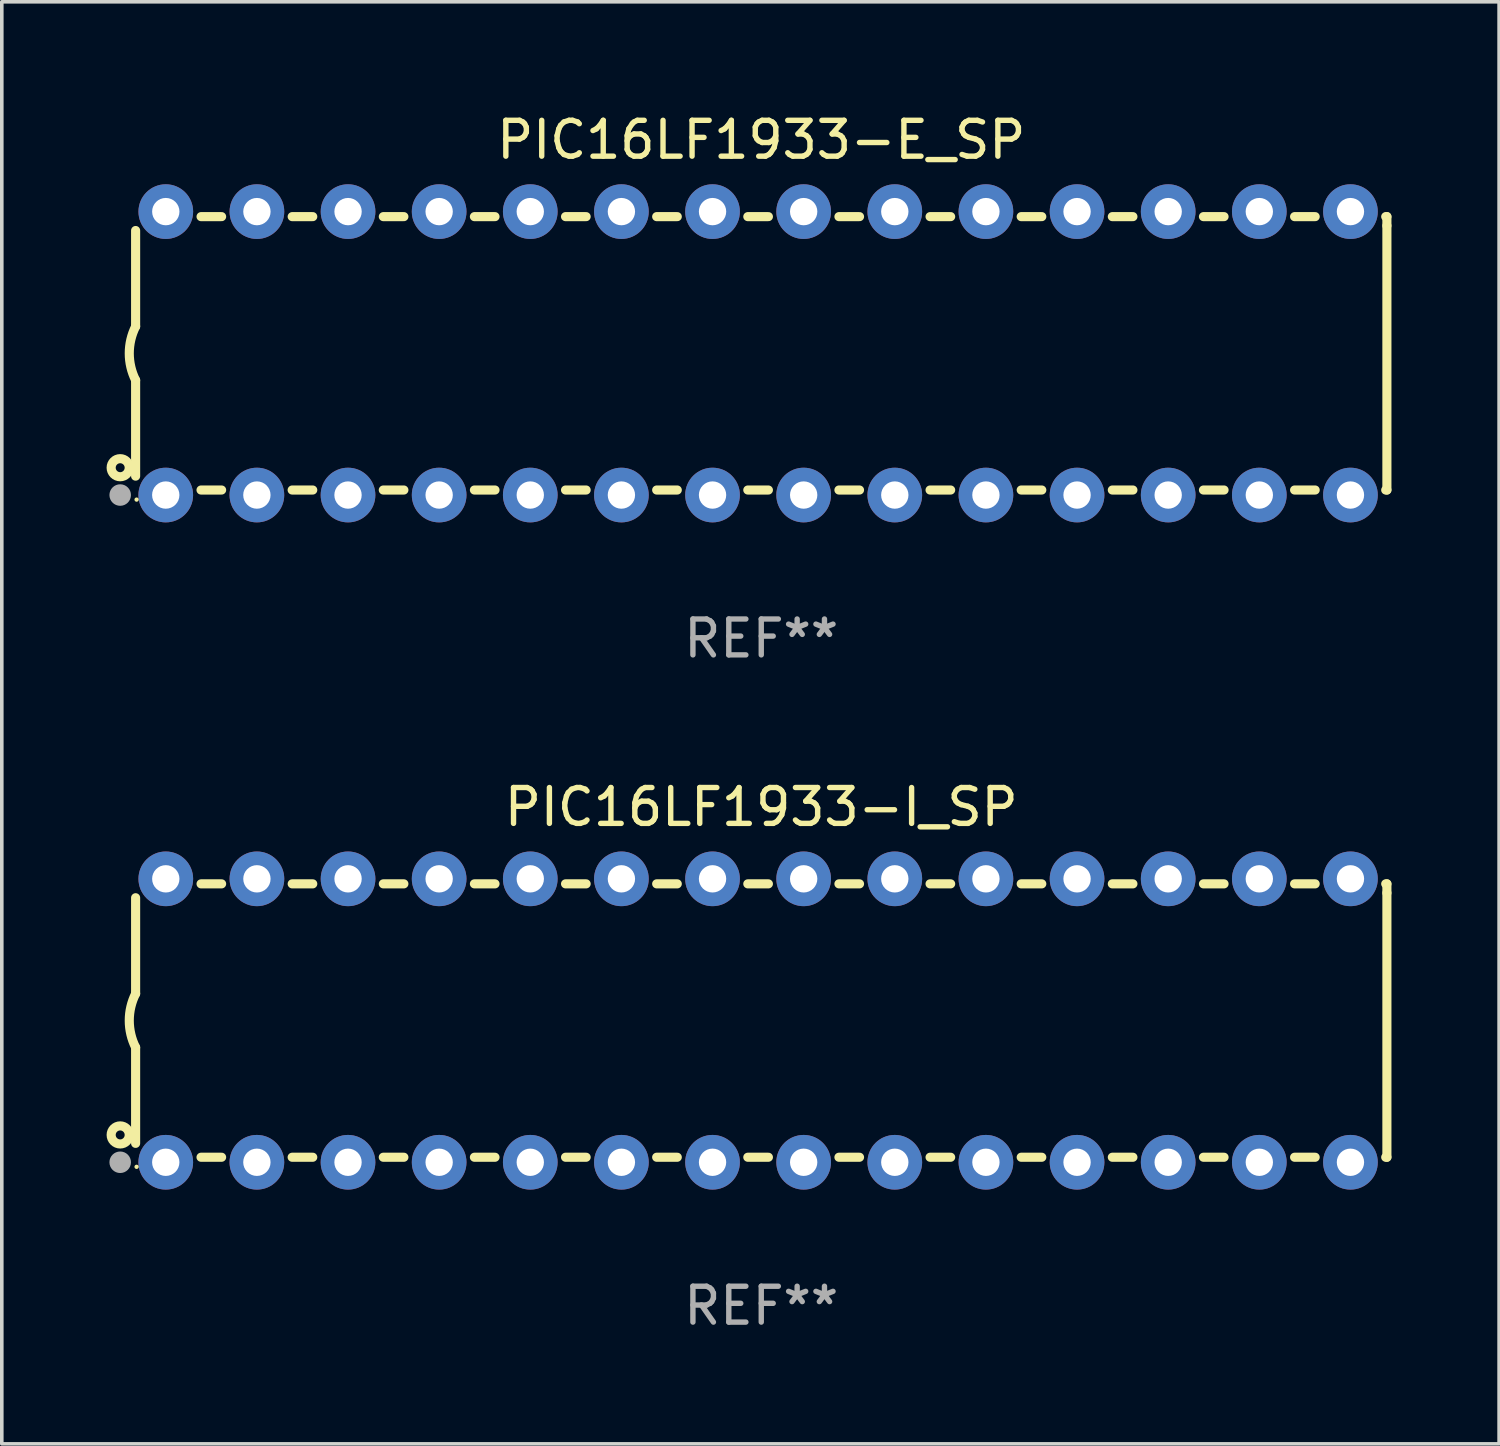
<source format=kicad_pcb>
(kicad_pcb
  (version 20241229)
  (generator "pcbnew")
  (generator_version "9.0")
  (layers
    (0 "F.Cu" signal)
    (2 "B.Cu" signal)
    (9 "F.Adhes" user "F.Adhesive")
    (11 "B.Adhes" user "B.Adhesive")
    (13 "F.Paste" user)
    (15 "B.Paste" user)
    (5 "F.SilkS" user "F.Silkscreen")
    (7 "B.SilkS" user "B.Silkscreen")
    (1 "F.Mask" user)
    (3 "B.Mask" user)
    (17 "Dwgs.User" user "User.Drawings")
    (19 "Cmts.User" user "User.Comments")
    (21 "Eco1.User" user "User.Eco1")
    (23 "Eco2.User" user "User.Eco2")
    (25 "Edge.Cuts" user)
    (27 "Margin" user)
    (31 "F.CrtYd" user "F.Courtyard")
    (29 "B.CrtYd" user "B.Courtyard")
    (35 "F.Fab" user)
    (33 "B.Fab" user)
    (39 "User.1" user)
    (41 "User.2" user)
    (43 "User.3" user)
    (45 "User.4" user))
  (footprint "PIC16LF1933-E_SP"
    (layer "F.Cu")
    (at 18.168 6.798)
    (property "Reference" "PIC16LF1933-E_SP" (at 0 -5.95 0) (layer "F.SilkS") (effects (font (size 1 1) (thickness 0.15))))
    (attr through_hole)
    (fp_line (start -17.438 0.75) (end -17.438 3.423) (stroke (width 0.254) (type solid)) (layer "F.SilkS"))
    (fp_line (start -17.438 -3.423) (end -17.438 -0.75) (stroke (width 0.254) (type solid)) (layer "F.SilkS"))
    (fp_line (start -15.615 3.81) (end -15.041 3.81) (stroke (width 0.254) (type solid)) (layer "F.SilkS"))
    (fp_line (start -15.041 -3.81) (end -15.614 -3.81) (stroke (width 0.254) (type solid)) (layer "F.SilkS"))
    (fp_line (start -13.075 3.81) (end -12.501 3.81) (stroke (width 0.254) (type solid)) (layer "F.SilkS"))
    (fp_line (start -12.501 -3.81) (end -13.074 -3.81) (stroke (width 0.254) (type solid)) (layer "F.SilkS"))
    (fp_line (start -10.535 3.81) (end -9.961 3.81) (stroke (width 0.254) (type solid)) (layer "F.SilkS"))
    (fp_line (start -9.961 -3.81) (end -10.534 -3.81) (stroke (width 0.254) (type solid)) (layer "F.SilkS"))
    (fp_line (start -7.995 3.81) (end -7.421 3.81) (stroke (width 0.254) (type solid)) (layer "F.SilkS"))
    (fp_line (start -7.421 -3.81) (end -7.995 -3.81) (stroke (width 0.254) (type solid)) (layer "F.SilkS"))
    (fp_line (start -5.455 3.81) (end -4.881 3.81) (stroke (width 0.254) (type solid)) (layer "F.SilkS"))
    (fp_line (start -4.881 -3.81) (end -5.455 -3.81) (stroke (width 0.254) (type solid)) (layer "F.SilkS"))
    (fp_line (start -2.915 3.81) (end -2.341 3.81) (stroke (width 0.254) (type solid)) (layer "F.SilkS"))
    (fp_line (start -2.341 -3.81) (end -2.915 -3.81) (stroke (width 0.254) (type solid)) (layer "F.SilkS"))
    (fp_line (start -0.375 3.81) (end 0.199 3.81) (stroke (width 0.254) (type solid)) (layer "F.SilkS"))
    (fp_line (start 0.199 -3.81) (end -0.375 -3.81) (stroke (width 0.254) (type solid)) (layer "F.SilkS"))
    (fp_line (start 2.165 3.81) (end 2.739 3.81) (stroke (width 0.254) (type solid)) (layer "F.SilkS"))
    (fp_line (start 2.739 -3.81) (end 2.165 -3.81) (stroke (width 0.254) (type solid)) (layer "F.SilkS"))
    (fp_line (start 4.705 3.81) (end 5.279 3.81) (stroke (width 0.254) (type solid)) (layer "F.SilkS"))
    (fp_line (start 5.279 -3.81) (end 4.705 -3.81) (stroke (width 0.254) (type solid)) (layer "F.SilkS"))
    (fp_line (start 7.245 3.81) (end 7.819 3.81) (stroke (width 0.254) (type solid)) (layer "F.SilkS"))
    (fp_line (start 7.819 -3.81) (end 7.245 -3.81) (stroke (width 0.254) (type solid)) (layer "F.SilkS"))
    (fp_line (start 9.785 3.81) (end 10.359 3.81) (stroke (width 0.254) (type solid)) (layer "F.SilkS"))
    (fp_line (start 10.359 -3.81) (end 9.785 -3.81) (stroke (width 0.254) (type solid)) (layer "F.SilkS"))
    (fp_line (start 12.325 3.81) (end 12.899 3.81) (stroke (width 0.254) (type solid)) (layer "F.SilkS"))
    (fp_line (start 12.899 -3.81) (end 12.325 -3.81) (stroke (width 0.254) (type solid)) (layer "F.SilkS"))
    (fp_line (start 14.865 3.81) (end 15.439 3.81) (stroke (width 0.254) (type solid)) (layer "F.SilkS"))
    (fp_line (start 15.439 -3.81) (end 14.865 -3.81) (stroke (width 0.254) (type solid)) (layer "F.SilkS"))
    (fp_line (start 17.405 3.81) (end 17.438 3.81) (stroke (width 0.254) (type solid)) (layer "F.SilkS"))
    (fp_line (start 17.438 -3.81) (end 17.405 -3.81) (stroke (width 0.254) (type solid)) (layer "F.SilkS"))
    (fp_line (start 17.438 -3.556) (end 17.438 -3.81) (stroke (width 0.254) (type solid)) (layer "F.SilkS"))
    (fp_line (start 17.438 3.81) (end 17.438 -3.556) (stroke (width 0.254) (type solid)) (layer "F.SilkS"))
    (fp_arc (start -17.437986 0.749657) (mid -17.614887 -0.000024) (end -17.437783 -0.749657) (stroke (width 0.254001) (type solid)) (layer "F.SilkS"))
    (fp_circle (center -17.868 3.188) (end -17.743 3.188) (stroke (width 0.254) (type solid)) (fill no) (layer "F.SilkS"))
    (fp_circle (center -17.411 4.077) (end -17.381 4.077) (stroke (width 0.06) (type solid)) (fill no) (layer "F.SilkS"))
    (fp_circle (center -17.868 3.95) (end -17.718 3.95) (stroke (width 0.3) (type solid)) (fill no) (layer "F.Fab"))
    (fp_text user "REF**" (at 0 7.95 0) (layer "F.Fab") (effects (font (size 1 1) (thickness 0.15))))
    (pad "1" thru_hole circle (at -16.598 3.95) (size 1.524 1.524) (drill 0.762) (layers "*.Cu" "*.Mask"))
    (pad "2" thru_hole circle (at -14.058 3.95) (size 1.524 1.524) (drill 0.762) (layers "*.Cu" "*.Mask"))
    (pad "3" thru_hole circle (at -11.518 3.95) (size 1.524 1.524) (drill 0.762) (layers "*.Cu" "*.Mask"))
    (pad "4" thru_hole circle (at -8.978 3.95) (size 1.524 1.524) (drill 0.762) (layers "*.Cu" "*.Mask"))
    (pad "5" thru_hole circle (at -6.438 3.95) (size 1.524 1.524) (drill 0.762) (layers "*.Cu" "*.Mask"))
    (pad "6" thru_hole circle (at -3.898 3.95) (size 1.524 1.524) (drill 0.762) (layers "*.Cu" "*.Mask"))
    (pad "7" thru_hole circle (at -1.358 3.95) (size 1.524 1.524) (drill 0.762) (layers "*.Cu" "*.Mask"))
    (pad "8" thru_hole circle (at 1.182 3.95) (size 1.524 1.524) (drill 0.762) (layers "*.Cu" "*.Mask"))
    (pad "9" thru_hole circle (at 3.722 3.95) (size 1.524 1.524) (drill 0.762) (layers "*.Cu" "*.Mask"))
    (pad "10" thru_hole circle (at 6.262 3.95) (size 1.524 1.524) (drill 0.762) (layers "*.Cu" "*.Mask"))
    (pad "11" thru_hole circle (at 8.802 3.95) (size 1.524 1.524) (drill 0.762) (layers "*.Cu" "*.Mask"))
    (pad "12" thru_hole circle (at 11.342 3.95) (size 1.524 1.524) (drill 0.762) (layers "*.Cu" "*.Mask"))
    (pad "13" thru_hole circle (at 13.882 3.95) (size 1.524 1.524) (drill 0.762) (layers "*.Cu" "*.Mask"))
    (pad "14" thru_hole circle (at 16.422 3.95) (size 1.524 1.524) (drill 0.762) (layers "*.Cu" "*.Mask"))
    (pad "15" thru_hole circle (at 16.422 -3.95) (size 1.524 1.524) (drill 0.762) (layers "*.Cu" "*.Mask"))
    (pad "16" thru_hole circle (at 13.882 -3.95) (size 1.524 1.524) (drill 0.762) (layers "*.Cu" "*.Mask"))
    (pad "17" thru_hole circle (at 11.342 -3.95) (size 1.524 1.524) (drill 0.762) (layers "*.Cu" "*.Mask"))
    (pad "18" thru_hole circle (at 8.802 -3.95) (size 1.524 1.524) (drill 0.762) (layers "*.Cu" "*.Mask"))
    (pad "19" thru_hole circle (at 6.262 -3.95) (size 1.524 1.524) (drill 0.762) (layers "*.Cu" "*.Mask"))
    (pad "20" thru_hole circle (at 3.722 -3.95) (size 1.524 1.524) (drill 0.762) (layers "*.Cu" "*.Mask"))
    (pad "21" thru_hole circle (at 1.182 -3.95) (size 1.524 1.524) (drill 0.762) (layers "*.Cu" "*.Mask"))
    (pad "22" thru_hole circle (at -1.358 -3.95) (size 1.524 1.524) (drill 0.762) (layers "*.Cu" "*.Mask"))
    (pad "23" thru_hole circle (at -3.898 -3.95) (size 1.524 1.524) (drill 0.762) (layers "*.Cu" "*.Mask"))
    (pad "24" thru_hole circle (at -6.438 -3.95) (size 1.524 1.524) (drill 0.762) (layers "*.Cu" "*.Mask"))
    (pad "25" thru_hole circle (at -8.978 -3.95) (size 1.524 1.524) (drill 0.762) (layers "*.Cu" "*.Mask"))
    (pad "26" thru_hole circle (at -11.517 -3.95) (size 1.524 1.524) (drill 0.762) (layers "*.Cu" "*.Mask"))
    (pad "27" thru_hole circle (at -14.057 -3.95) (size 1.524 1.524) (drill 0.762) (layers "*.Cu" "*.Mask"))
    (pad "28" thru_hole circle (at -16.597 -3.95) (size 1.524 1.524) (drill 0.762) (layers "*.Cu" "*.Mask")))
  (footprint "PIC16LF1933-I_SP"
    (layer "F.Cu")
    (at 18.168 25.395)
    (property "Reference" "PIC16LF1933-I_SP" (at 0 -5.95 0) (layer "F.SilkS") (effects (font (size 1 1) (thickness 0.15))))
    (attr through_hole)
    (fp_line (start -17.438 0.75) (end -17.438 3.423) (stroke (width 0.254) (type solid)) (layer "F.SilkS"))
    (fp_line (start -17.438 -3.423) (end -17.438 -0.75) (stroke (width 0.254) (type solid)) (layer "F.SilkS"))
    (fp_line (start -15.615 3.81) (end -15.041 3.81) (stroke (width 0.254) (type solid)) (layer "F.SilkS"))
    (fp_line (start -15.041 -3.81) (end -15.614 -3.81) (stroke (width 0.254) (type solid)) (layer "F.SilkS"))
    (fp_line (start -13.075 3.81) (end -12.501 3.81) (stroke (width 0.254) (type solid)) (layer "F.SilkS"))
    (fp_line (start -12.501 -3.81) (end -13.074 -3.81) (stroke (width 0.254) (type solid)) (layer "F.SilkS"))
    (fp_line (start -10.535 3.81) (end -9.961 3.81) (stroke (width 0.254) (type solid)) (layer "F.SilkS"))
    (fp_line (start -9.961 -3.81) (end -10.534 -3.81) (stroke (width 0.254) (type solid)) (layer "F.SilkS"))
    (fp_line (start -7.995 3.81) (end -7.421 3.81) (stroke (width 0.254) (type solid)) (layer "F.SilkS"))
    (fp_line (start -7.421 -3.81) (end -7.995 -3.81) (stroke (width 0.254) (type solid)) (layer "F.SilkS"))
    (fp_line (start -5.455 3.81) (end -4.881 3.81) (stroke (width 0.254) (type solid)) (layer "F.SilkS"))
    (fp_line (start -4.881 -3.81) (end -5.455 -3.81) (stroke (width 0.254) (type solid)) (layer "F.SilkS"))
    (fp_line (start -2.915 3.81) (end -2.341 3.81) (stroke (width 0.254) (type solid)) (layer "F.SilkS"))
    (fp_line (start -2.341 -3.81) (end -2.915 -3.81) (stroke (width 0.254) (type solid)) (layer "F.SilkS"))
    (fp_line (start -0.375 3.81) (end 0.199 3.81) (stroke (width 0.254) (type solid)) (layer "F.SilkS"))
    (fp_line (start 0.199 -3.81) (end -0.375 -3.81) (stroke (width 0.254) (type solid)) (layer "F.SilkS"))
    (fp_line (start 2.165 3.81) (end 2.739 3.81) (stroke (width 0.254) (type solid)) (layer "F.SilkS"))
    (fp_line (start 2.739 -3.81) (end 2.165 -3.81) (stroke (width 0.254) (type solid)) (layer "F.SilkS"))
    (fp_line (start 4.705 3.81) (end 5.279 3.81) (stroke (width 0.254) (type solid)) (layer "F.SilkS"))
    (fp_line (start 5.279 -3.81) (end 4.705 -3.81) (stroke (width 0.254) (type solid)) (layer "F.SilkS"))
    (fp_line (start 7.245 3.81) (end 7.819 3.81) (stroke (width 0.254) (type solid)) (layer "F.SilkS"))
    (fp_line (start 7.819 -3.81) (end 7.245 -3.81) (stroke (width 0.254) (type solid)) (layer "F.SilkS"))
    (fp_line (start 9.785 3.81) (end 10.359 3.81) (stroke (width 0.254) (type solid)) (layer "F.SilkS"))
    (fp_line (start 10.359 -3.81) (end 9.785 -3.81) (stroke (width 0.254) (type solid)) (layer "F.SilkS"))
    (fp_line (start 12.325 3.81) (end 12.899 3.81) (stroke (width 0.254) (type solid)) (layer "F.SilkS"))
    (fp_line (start 12.899 -3.81) (end 12.325 -3.81) (stroke (width 0.254) (type solid)) (layer "F.SilkS"))
    (fp_line (start 14.865 3.81) (end 15.439 3.81) (stroke (width 0.254) (type solid)) (layer "F.SilkS"))
    (fp_line (start 15.439 -3.81) (end 14.865 -3.81) (stroke (width 0.254) (type solid)) (layer "F.SilkS"))
    (fp_line (start 17.405 3.81) (end 17.438 3.81) (stroke (width 0.254) (type solid)) (layer "F.SilkS"))
    (fp_line (start 17.438 -3.81) (end 17.405 -3.81) (stroke (width 0.254) (type solid)) (layer "F.SilkS"))
    (fp_line (start 17.438 -3.556) (end 17.438 -3.81) (stroke (width 0.254) (type solid)) (layer "F.SilkS"))
    (fp_line (start 17.438 3.81) (end 17.438 -3.556) (stroke (width 0.254) (type solid)) (layer "F.SilkS"))
    (fp_arc (start -17.437986 0.749657) (mid -17.614887 -0.000024) (end -17.437783 -0.749657) (stroke (width 0.254001) (type solid)) (layer "F.SilkS"))
    (fp_circle (center -17.868 3.188) (end -17.743 3.188) (stroke (width 0.254) (type solid)) (fill no) (layer "F.SilkS"))
    (fp_circle (center -17.411 4.077) (end -17.381 4.077) (stroke (width 0.06) (type solid)) (fill no) (layer "F.SilkS"))
    (fp_circle (center -17.868 3.95) (end -17.718 3.95) (stroke (width 0.3) (type solid)) (fill no) (layer "F.Fab"))
    (fp_text user "REF**" (at 0 7.95 0) (layer "F.Fab") (effects (font (size 1 1) (thickness 0.15))))
    (pad "1" thru_hole circle (at -16.598 3.95) (size 1.524 1.524) (drill 0.762) (layers "*.Cu" "*.Mask"))
    (pad "2" thru_hole circle (at -14.058 3.95) (size 1.524 1.524) (drill 0.762) (layers "*.Cu" "*.Mask"))
    (pad "3" thru_hole circle (at -11.518 3.95) (size 1.524 1.524) (drill 0.762) (layers "*.Cu" "*.Mask"))
    (pad "4" thru_hole circle (at -8.978 3.95) (size 1.524 1.524) (drill 0.762) (layers "*.Cu" "*.Mask"))
    (pad "5" thru_hole circle (at -6.438 3.95) (size 1.524 1.524) (drill 0.762) (layers "*.Cu" "*.Mask"))
    (pad "6" thru_hole circle (at -3.898 3.95) (size 1.524 1.524) (drill 0.762) (layers "*.Cu" "*.Mask"))
    (pad "7" thru_hole circle (at -1.358 3.95) (size 1.524 1.524) (drill 0.762) (layers "*.Cu" "*.Mask"))
    (pad "8" thru_hole circle (at 1.182 3.95) (size 1.524 1.524) (drill 0.762) (layers "*.Cu" "*.Mask"))
    (pad "9" thru_hole circle (at 3.722 3.95) (size 1.524 1.524) (drill 0.762) (layers "*.Cu" "*.Mask"))
    (pad "10" thru_hole circle (at 6.262 3.95) (size 1.524 1.524) (drill 0.762) (layers "*.Cu" "*.Mask"))
    (pad "11" thru_hole circle (at 8.802 3.95) (size 1.524 1.524) (drill 0.762) (layers "*.Cu" "*.Mask"))
    (pad "12" thru_hole circle (at 11.342 3.95) (size 1.524 1.524) (drill 0.762) (layers "*.Cu" "*.Mask"))
    (pad "13" thru_hole circle (at 13.882 3.95) (size 1.524 1.524) (drill 0.762) (layers "*.Cu" "*.Mask"))
    (pad "14" thru_hole circle (at 16.422 3.95) (size 1.524 1.524) (drill 0.762) (layers "*.Cu" "*.Mask"))
    (pad "15" thru_hole circle (at 16.422 -3.95) (size 1.524 1.524) (drill 0.762) (layers "*.Cu" "*.Mask"))
    (pad "16" thru_hole circle (at 13.882 -3.95) (size 1.524 1.524) (drill 0.762) (layers "*.Cu" "*.Mask"))
    (pad "17" thru_hole circle (at 11.342 -3.95) (size 1.524 1.524) (drill 0.762) (layers "*.Cu" "*.Mask"))
    (pad "18" thru_hole circle (at 8.802 -3.95) (size 1.524 1.524) (drill 0.762) (layers "*.Cu" "*.Mask"))
    (pad "19" thru_hole circle (at 6.262 -3.95) (size 1.524 1.524) (drill 0.762) (layers "*.Cu" "*.Mask"))
    (pad "20" thru_hole circle (at 3.722 -3.95) (size 1.524 1.524) (drill 0.762) (layers "*.Cu" "*.Mask"))
    (pad "21" thru_hole circle (at 1.182 -3.95) (size 1.524 1.524) (drill 0.762) (layers "*.Cu" "*.Mask"))
    (pad "22" thru_hole circle (at -1.358 -3.95) (size 1.524 1.524) (drill 0.762) (layers "*.Cu" "*.Mask"))
    (pad "23" thru_hole circle (at -3.898 -3.95) (size 1.524 1.524) (drill 0.762) (layers "*.Cu" "*.Mask"))
    (pad "24" thru_hole circle (at -6.438 -3.95) (size 1.524 1.524) (drill 0.762) (layers "*.Cu" "*.Mask"))
    (pad "25" thru_hole circle (at -8.978 -3.95) (size 1.524 1.524) (drill 0.762) (layers "*.Cu" "*.Mask"))
    (pad "26" thru_hole circle (at -11.517 -3.95) (size 1.524 1.524) (drill 0.762) (layers "*.Cu" "*.Mask"))
    (pad "27" thru_hole circle (at -14.057 -3.95) (size 1.524 1.524) (drill 0.762) (layers "*.Cu" "*.Mask"))
    (pad "28" thru_hole circle (at -16.597 -3.95) (size 1.524 1.524) (drill 0.762) (layers "*.Cu" "*.Mask")))
  (gr_rect
    (start -3 -3)
    (end 38.733 37.193)
    (stroke (width 0.1) (type default))
    (fill no)
    (layer "Edge.Cuts")))
</source>
